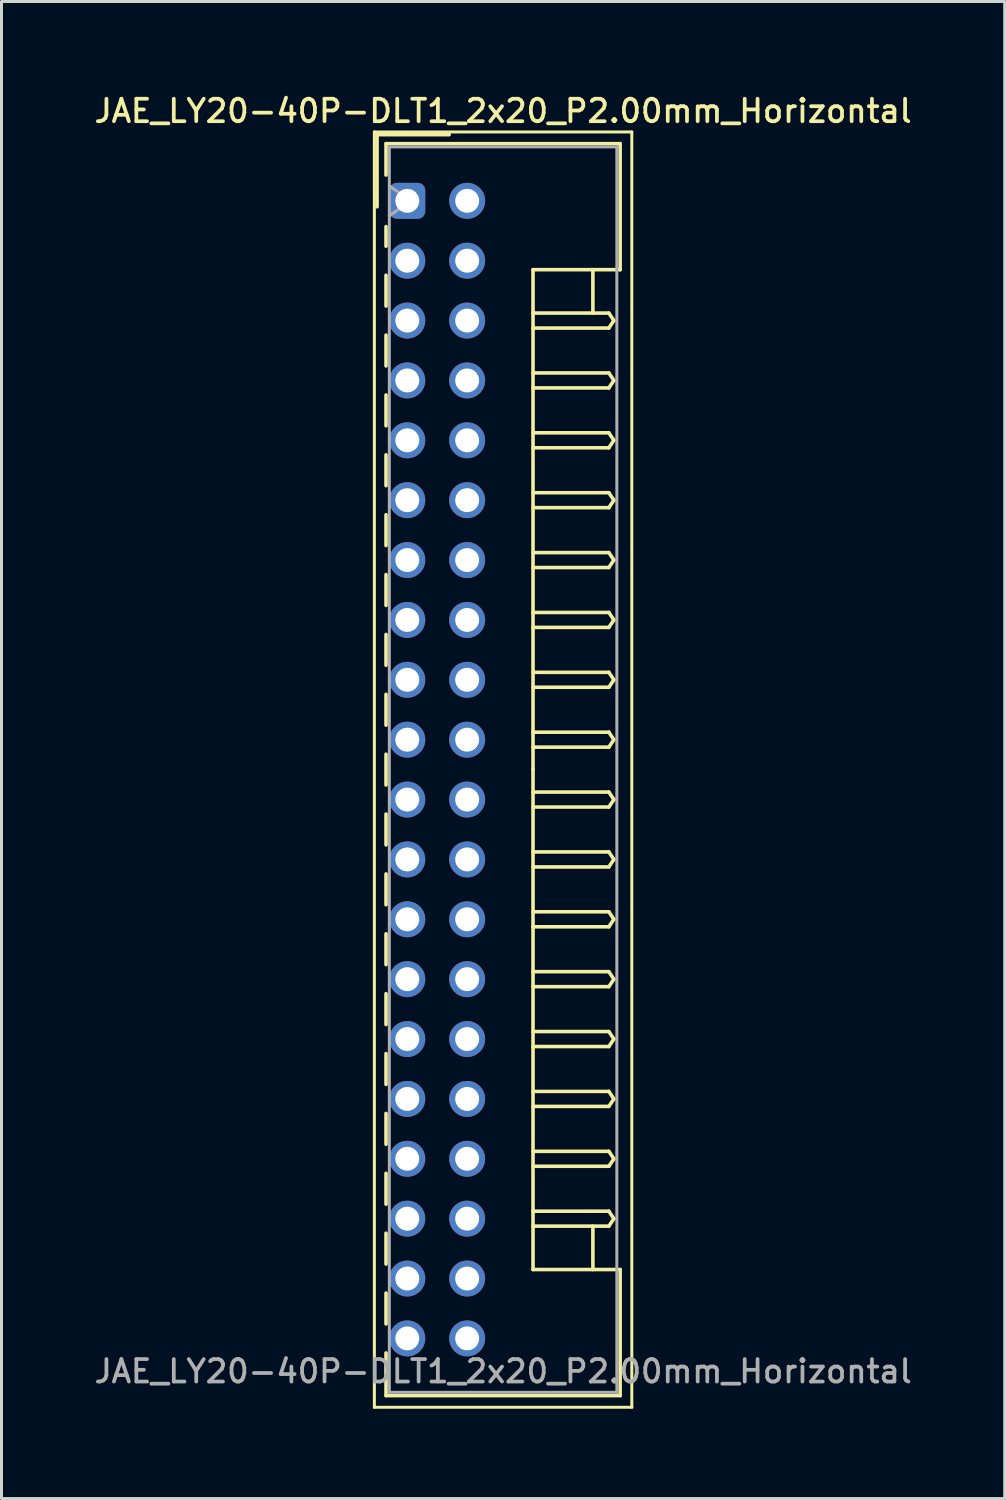
<source format=kicad_pcb>
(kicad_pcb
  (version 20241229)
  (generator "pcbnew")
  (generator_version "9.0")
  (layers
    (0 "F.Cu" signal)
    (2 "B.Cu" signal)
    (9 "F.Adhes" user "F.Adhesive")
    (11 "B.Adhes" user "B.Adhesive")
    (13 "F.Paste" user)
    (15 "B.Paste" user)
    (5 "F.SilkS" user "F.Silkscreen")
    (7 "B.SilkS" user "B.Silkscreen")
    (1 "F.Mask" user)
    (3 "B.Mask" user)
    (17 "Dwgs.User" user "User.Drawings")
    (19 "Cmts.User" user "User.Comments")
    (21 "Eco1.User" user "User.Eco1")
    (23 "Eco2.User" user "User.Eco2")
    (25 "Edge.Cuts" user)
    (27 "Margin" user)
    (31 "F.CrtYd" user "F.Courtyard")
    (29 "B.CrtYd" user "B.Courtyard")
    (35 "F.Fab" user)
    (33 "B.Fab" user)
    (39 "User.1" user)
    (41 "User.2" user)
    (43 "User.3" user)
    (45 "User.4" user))
  (footprint "JAE_LY20-40P-DLT1_2x20_P2.00mm_Horizontal"
    (layer "F.Cu")
    (at 10.555 3.658)
    (property "Reference" "JAE_LY20-40P-DLT1_2x20_P2.00mm_Horizontal" (at 3.2 -3 0) (layer "F.SilkS") (effects (font (size 0.75 0.75) (thickness 0.125))))
    (attr through_hole)
    (fp_line (start -1.1 -2.3) (end -1.1 40.3) (stroke (width 0.1) (type solid)) (layer "F.SilkS"))
    (fp_line (start -1.1 40.3) (end 7.5 40.3) (stroke (width 0.1) (type solid)) (layer "F.SilkS"))
    (fp_line (start -1.01 -2.21) (end -1.01 0.2) (stroke (width 0.12) (type solid)) (layer "F.SilkS"))
    (fp_line (start -0.71 -1.91) (end -0.71 -0.86) (stroke (width 0.12) (type solid)) (layer "F.SilkS"))
    (fp_line (start -0.71 -1.91) (end 7.11 -1.91) (stroke (width 0.12) (type solid)) (layer "F.SilkS"))
    (fp_line (start -0.71 0.86) (end -0.71 1.515) (stroke (width 0.12) (type solid)) (layer "F.SilkS"))
    (fp_line (start -0.71 2.485) (end -0.71 3.515) (stroke (width 0.12) (type solid)) (layer "F.SilkS"))
    (fp_line (start -0.71 4.485) (end -0.71 5.515) (stroke (width 0.12) (type solid)) (layer "F.SilkS"))
    (fp_line (start -0.71 6.485) (end -0.71 7.515) (stroke (width 0.12) (type solid)) (layer "F.SilkS"))
    (fp_line (start -0.71 8.485) (end -0.71 9.515) (stroke (width 0.12) (type solid)) (layer "F.SilkS"))
    (fp_line (start -0.71 10.485) (end -0.71 11.515) (stroke (width 0.12) (type solid)) (layer "F.SilkS"))
    (fp_line (start -0.71 12.485) (end -0.71 13.515) (stroke (width 0.12) (type solid)) (layer "F.SilkS"))
    (fp_line (start -0.71 14.485) (end -0.71 15.515) (stroke (width 0.12) (type solid)) (layer "F.SilkS"))
    (fp_line (start -0.71 16.485) (end -0.71 17.515) (stroke (width 0.12) (type solid)) (layer "F.SilkS"))
    (fp_line (start -0.71 18.485) (end -0.71 19.515) (stroke (width 0.12) (type solid)) (layer "F.SilkS"))
    (fp_line (start -0.71 20.485) (end -0.71 21.515) (stroke (width 0.12) (type solid)) (layer "F.SilkS"))
    (fp_line (start -0.71 22.485) (end -0.71 23.515) (stroke (width 0.12) (type solid)) (layer "F.SilkS"))
    (fp_line (start -0.71 24.485) (end -0.71 25.515) (stroke (width 0.12) (type solid)) (layer "F.SilkS"))
    (fp_line (start -0.71 26.485) (end -0.71 27.515) (stroke (width 0.12) (type solid)) (layer "F.SilkS"))
    (fp_line (start -0.71 28.485) (end -0.71 29.515) (stroke (width 0.12) (type solid)) (layer "F.SilkS"))
    (fp_line (start -0.71 30.485) (end -0.71 31.515) (stroke (width 0.12) (type solid)) (layer "F.SilkS"))
    (fp_line (start -0.71 32.485) (end -0.71 33.515) (stroke (width 0.12) (type solid)) (layer "F.SilkS"))
    (fp_line (start -0.71 34.485) (end -0.71 35.515) (stroke (width 0.12) (type solid)) (layer "F.SilkS"))
    (fp_line (start -0.71 36.485) (end -0.71 37.515) (stroke (width 0.12) (type solid)) (layer "F.SilkS"))
    (fp_line (start -0.71 38.485) (end -0.71 39.91) (stroke (width 0.12) (type solid)) (layer "F.SilkS"))
    (fp_line (start -0.71 39.91) (end 7.11 39.91) (stroke (width 0.12) (type solid)) (layer "F.SilkS"))
    (fp_line (start 1.4 -2.21) (end -1.01 -2.21) (stroke (width 0.12) (type solid)) (layer "F.SilkS"))
    (fp_line (start 4.2 2.3) (end 4.2 19) (stroke (width 0.12) (type solid)) (layer "F.SilkS"))
    (fp_line (start 4.2 3.75) (end 6.733 3.75) (stroke (width 0.12) (type solid)) (layer "F.SilkS"))
    (fp_line (start 4.2 5.75) (end 6.733 5.75) (stroke (width 0.12) (type solid)) (layer "F.SilkS"))
    (fp_line (start 4.2 7.75) (end 6.733 7.75) (stroke (width 0.12) (type solid)) (layer "F.SilkS"))
    (fp_line (start 4.2 9.75) (end 6.733 9.75) (stroke (width 0.12) (type solid)) (layer "F.SilkS"))
    (fp_line (start 4.2 11.75) (end 6.733 11.75) (stroke (width 0.12) (type solid)) (layer "F.SilkS"))
    (fp_line (start 4.2 13.75) (end 6.733 13.75) (stroke (width 0.12) (type solid)) (layer "F.SilkS"))
    (fp_line (start 4.2 15.75) (end 6.733 15.75) (stroke (width 0.12) (type solid)) (layer "F.SilkS"))
    (fp_line (start 4.2 17.75) (end 6.733 17.75) (stroke (width 0.12) (type solid)) (layer "F.SilkS"))
    (fp_line (start 4.2 19.75) (end 6.733 19.75) (stroke (width 0.12) (type solid)) (layer "F.SilkS"))
    (fp_line (start 4.2 21.75) (end 6.733 21.75) (stroke (width 0.12) (type solid)) (layer "F.SilkS"))
    (fp_line (start 4.2 23.75) (end 6.733 23.75) (stroke (width 0.12) (type solid)) (layer "F.SilkS"))
    (fp_line (start 4.2 25.75) (end 6.733 25.75) (stroke (width 0.12) (type solid)) (layer "F.SilkS"))
    (fp_line (start 4.2 27.75) (end 6.733 27.75) (stroke (width 0.12) (type solid)) (layer "F.SilkS"))
    (fp_line (start 4.2 29.75) (end 6.733 29.75) (stroke (width 0.12) (type solid)) (layer "F.SilkS"))
    (fp_line (start 4.2 31.75) (end 6.733 31.75) (stroke (width 0.12) (type solid)) (layer "F.SilkS"))
    (fp_line (start 4.2 33.75) (end 6.733 33.75) (stroke (width 0.12) (type solid)) (layer "F.SilkS"))
    (fp_line (start 4.2 35.7) (end 4.2 19) (stroke (width 0.12) (type solid)) (layer "F.SilkS"))
    (fp_line (start 6.2 2.3) (end 6.2 3.75) (stroke (width 0.12) (type solid)) (layer "F.SilkS"))
    (fp_line (start 6.2 35.7) (end 6.2 34.25) (stroke (width 0.12) (type solid)) (layer "F.SilkS"))
    (fp_line (start 6.733 3.75) (end 6.9 4) (stroke (width 0.12) (type solid)) (layer "F.SilkS"))
    (fp_line (start 6.733 4.25) (end 4.2 4.25) (stroke (width 0.12) (type solid)) (layer "F.SilkS"))
    (fp_line (start 6.733 5.75) (end 6.9 6) (stroke (width 0.12) (type solid)) (layer "F.SilkS"))
    (fp_line (start 6.733 6.25) (end 4.2 6.25) (stroke (width 0.12) (type solid)) (layer "F.SilkS"))
    (fp_line (start 6.733 7.75) (end 6.9 8) (stroke (width 0.12) (type solid)) (layer "F.SilkS"))
    (fp_line (start 6.733 8.25) (end 4.2 8.25) (stroke (width 0.12) (type solid)) (layer "F.SilkS"))
    (fp_line (start 6.733 9.75) (end 6.9 10) (stroke (width 0.12) (type solid)) (layer "F.SilkS"))
    (fp_line (start 6.733 10.25) (end 4.2 10.25) (stroke (width 0.12) (type solid)) (layer "F.SilkS"))
    (fp_line (start 6.733 11.75) (end 6.9 12) (stroke (width 0.12) (type solid)) (layer "F.SilkS"))
    (fp_line (start 6.733 12.25) (end 4.2 12.25) (stroke (width 0.12) (type solid)) (layer "F.SilkS"))
    (fp_line (start 6.733 13.75) (end 6.9 14) (stroke (width 0.12) (type solid)) (layer "F.SilkS"))
    (fp_line (start 6.733 14.25) (end 4.2 14.25) (stroke (width 0.12) (type solid)) (layer "F.SilkS"))
    (fp_line (start 6.733 15.75) (end 6.9 16) (stroke (width 0.12) (type solid)) (layer "F.SilkS"))
    (fp_line (start 6.733 16.25) (end 4.2 16.25) (stroke (width 0.12) (type solid)) (layer "F.SilkS"))
    (fp_line (start 6.733 17.75) (end 6.9 18) (stroke (width 0.12) (type solid)) (layer "F.SilkS"))
    (fp_line (start 6.733 18.25) (end 4.2 18.25) (stroke (width 0.12) (type solid)) (layer "F.SilkS"))
    (fp_line (start 6.733 19.75) (end 6.9 20) (stroke (width 0.12) (type solid)) (layer "F.SilkS"))
    (fp_line (start 6.733 20.25) (end 4.2 20.25) (stroke (width 0.12) (type solid)) (layer "F.SilkS"))
    (fp_line (start 6.733 21.75) (end 6.9 22) (stroke (width 0.12) (type solid)) (layer "F.SilkS"))
    (fp_line (start 6.733 22.25) (end 4.2 22.25) (stroke (width 0.12) (type solid)) (layer "F.SilkS"))
    (fp_line (start 6.733 23.75) (end 6.9 24) (stroke (width 0.12) (type solid)) (layer "F.SilkS"))
    (fp_line (start 6.733 24.25) (end 4.2 24.25) (stroke (width 0.12) (type solid)) (layer "F.SilkS"))
    (fp_line (start 6.733 25.75) (end 6.9 26) (stroke (width 0.12) (type solid)) (layer "F.SilkS"))
    (fp_line (start 6.733 26.25) (end 4.2 26.25) (stroke (width 0.12) (type solid)) (layer "F.SilkS"))
    (fp_line (start 6.733 27.75) (end 6.9 28) (stroke (width 0.12) (type solid)) (layer "F.SilkS"))
    (fp_line (start 6.733 28.25) (end 4.2 28.25) (stroke (width 0.12) (type solid)) (layer "F.SilkS"))
    (fp_line (start 6.733 29.75) (end 6.9 30) (stroke (width 0.12) (type solid)) (layer "F.SilkS"))
    (fp_line (start 6.733 30.25) (end 4.2 30.25) (stroke (width 0.12) (type solid)) (layer "F.SilkS"))
    (fp_line (start 6.733 31.75) (end 6.9 32) (stroke (width 0.12) (type solid)) (layer "F.SilkS"))
    (fp_line (start 6.733 32.25) (end 4.2 32.25) (stroke (width 0.12) (type solid)) (layer "F.SilkS"))
    (fp_line (start 6.733 33.75) (end 6.9 34) (stroke (width 0.12) (type solid)) (layer "F.SilkS"))
    (fp_line (start 6.733 34.25) (end 4.2 34.25) (stroke (width 0.12) (type solid)) (layer "F.SilkS"))
    (fp_line (start 6.9 4) (end 6.733 4.25) (stroke (width 0.12) (type solid)) (layer "F.SilkS"))
    (fp_line (start 6.9 6) (end 6.733 6.25) (stroke (width 0.12) (type solid)) (layer "F.SilkS"))
    (fp_line (start 6.9 8) (end 6.733 8.25) (stroke (width 0.12) (type solid)) (layer "F.SilkS"))
    (fp_line (start 6.9 10) (end 6.733 10.25) (stroke (width 0.12) (type solid)) (layer "F.SilkS"))
    (fp_line (start 6.9 12) (end 6.733 12.25) (stroke (width 0.12) (type solid)) (layer "F.SilkS"))
    (fp_line (start 6.9 14) (end 6.733 14.25) (stroke (width 0.12) (type solid)) (layer "F.SilkS"))
    (fp_line (start 6.9 16) (end 6.733 16.25) (stroke (width 0.12) (type solid)) (layer "F.SilkS"))
    (fp_line (start 6.9 18) (end 6.733 18.25) (stroke (width 0.12) (type solid)) (layer "F.SilkS"))
    (fp_line (start 6.9 20) (end 6.733 20.25) (stroke (width 0.12) (type solid)) (layer "F.SilkS"))
    (fp_line (start 6.9 22) (end 6.733 22.25) (stroke (width 0.12) (type solid)) (layer "F.SilkS"))
    (fp_line (start 6.9 24) (end 6.733 24.25) (stroke (width 0.12) (type solid)) (layer "F.SilkS"))
    (fp_line (start 6.9 26) (end 6.733 26.25) (stroke (width 0.12) (type solid)) (layer "F.SilkS"))
    (fp_line (start 6.9 28) (end 6.733 28.25) (stroke (width 0.12) (type solid)) (layer "F.SilkS"))
    (fp_line (start 6.9 30) (end 6.733 30.25) (stroke (width 0.12) (type solid)) (layer "F.SilkS"))
    (fp_line (start 6.9 32) (end 6.733 32.25) (stroke (width 0.12) (type solid)) (layer "F.SilkS"))
    (fp_line (start 6.9 34) (end 6.733 34.25) (stroke (width 0.12) (type solid)) (layer "F.SilkS"))
    (fp_line (start 7.11 -1.91) (end 7.11 2.3) (stroke (width 0.12) (type solid)) (layer "F.SilkS"))
    (fp_line (start 7.11 2.3) (end 4.2 2.3) (stroke (width 0.12) (type solid)) (layer "F.SilkS"))
    (fp_line (start 7.11 35.7) (end 4.2 35.7) (stroke (width 0.12) (type solid)) (layer "F.SilkS"))
    (fp_line (start 7.11 39.91) (end 7.11 35.7) (stroke (width 0.12) (type solid)) (layer "F.SilkS"))
    (fp_line (start 7.5 -2.3) (end -1.1 -2.3) (stroke (width 0.1) (type solid)) (layer "F.SilkS"))
    (fp_line (start 7.5 40.3) (end 7.5 -2.3) (stroke (width 0.1) (type solid)) (layer "F.SilkS"))
    (fp_line (start -0.6 -1.8) (end -0.6 39.8) (stroke (width 0.1) (type solid)) (layer "F.Fab"))
    (fp_line (start -0.6 0.5) (end 0.107 0) (stroke (width 0.1) (type solid)) (layer "F.Fab"))
    (fp_line (start -0.6 39.8) (end 7 39.8) (stroke (width 0.1) (type solid)) (layer "F.Fab"))
    (fp_line (start 0.107 0) (end -0.6 -0.5) (stroke (width 0.1) (type solid)) (layer "F.Fab"))
    (fp_line (start 7 -1.8) (end -0.6 -1.8) (stroke (width 0.1) (type solid)) (layer "F.Fab"))
    (fp_line (start 7 39.8) (end 7 -1.8) (stroke (width 0.1) (type solid)) (layer "F.Fab"))
    (fp_text user "${REFERENCE}" (at 3.2 39.1 0) (layer "F.Fab") (effects (font (size 0.75 0.75) (thickness 0.125))))
    (pad "a1" thru_hole roundrect (at 0 0) (size 1.2 1.2) (drill 0.8) (layers "*.Cu" "*.Mask") (roundrect_rratio 0.208))
    (pad "a2" thru_hole circle (at 0 2) (size 1.2 1.2) (drill 0.8) (layers "*.Cu" "*.Mask"))
    (pad "a3" thru_hole circle (at 0 4) (size 1.2 1.2) (drill 0.8) (layers "*.Cu" "*.Mask"))
    (pad "a4" thru_hole circle (at 0 6) (size 1.2 1.2) (drill 0.8) (layers "*.Cu" "*.Mask"))
    (pad "a5" thru_hole circle (at 0 8) (size 1.2 1.2) (drill 0.8) (layers "*.Cu" "*.Mask"))
    (pad "a6" thru_hole circle (at 0 10) (size 1.2 1.2) (drill 0.8) (layers "*.Cu" "*.Mask"))
    (pad "a7" thru_hole circle (at 0 12) (size 1.2 1.2) (drill 0.8) (layers "*.Cu" "*.Mask"))
    (pad "a8" thru_hole circle (at 0 14) (size 1.2 1.2) (drill 0.8) (layers "*.Cu" "*.Mask"))
    (pad "a9" thru_hole circle (at 0 16) (size 1.2 1.2) (drill 0.8) (layers "*.Cu" "*.Mask"))
    (pad "a10" thru_hole circle (at 0 18) (size 1.2 1.2) (drill 0.8) (layers "*.Cu" "*.Mask"))
    (pad "a11" thru_hole circle (at 0 20) (size 1.2 1.2) (drill 0.8) (layers "*.Cu" "*.Mask"))
    (pad "a12" thru_hole circle (at 0 22) (size 1.2 1.2) (drill 0.8) (layers "*.Cu" "*.Mask"))
    (pad "a13" thru_hole circle (at 0 24) (size 1.2 1.2) (drill 0.8) (layers "*.Cu" "*.Mask"))
    (pad "a14" thru_hole circle (at 0 26) (size 1.2 1.2) (drill 0.8) (layers "*.Cu" "*.Mask"))
    (pad "a15" thru_hole circle (at 0 28) (size 1.2 1.2) (drill 0.8) (layers "*.Cu" "*.Mask"))
    (pad "a16" thru_hole circle (at 0 30) (size 1.2 1.2) (drill 0.8) (layers "*.Cu" "*.Mask"))
    (pad "a17" thru_hole circle (at 0 32) (size 1.2 1.2) (drill 0.8) (layers "*.Cu" "*.Mask"))
    (pad "a18" thru_hole circle (at 0 34) (size 1.2 1.2) (drill 0.8) (layers "*.Cu" "*.Mask"))
    (pad "a19" thru_hole circle (at 0 36) (size 1.2 1.2) (drill 0.8) (layers "*.Cu" "*.Mask"))
    (pad "a20" thru_hole circle (at 0 38) (size 1.2 1.2) (drill 0.8) (layers "*.Cu" "*.Mask"))
    (pad "b1" thru_hole circle (at 2 0) (size 1.2 1.2) (drill 0.8) (layers "*.Cu" "*.Mask"))
    (pad "b2" thru_hole circle (at 2 2) (size 1.2 1.2) (drill 0.8) (layers "*.Cu" "*.Mask"))
    (pad "b3" thru_hole circle (at 2 4) (size 1.2 1.2) (drill 0.8) (layers "*.Cu" "*.Mask"))
    (pad "b4" thru_hole circle (at 2 6) (size 1.2 1.2) (drill 0.8) (layers "*.Cu" "*.Mask"))
    (pad "b5" thru_hole circle (at 2 8) (size 1.2 1.2) (drill 0.8) (layers "*.Cu" "*.Mask"))
    (pad "b6" thru_hole circle (at 2 10) (size 1.2 1.2) (drill 0.8) (layers "*.Cu" "*.Mask"))
    (pad "b7" thru_hole circle (at 2 12) (size 1.2 1.2) (drill 0.8) (layers "*.Cu" "*.Mask"))
    (pad "b8" thru_hole circle (at 2 14) (size 1.2 1.2) (drill 0.8) (layers "*.Cu" "*.Mask"))
    (pad "b9" thru_hole circle (at 2 16) (size 1.2 1.2) (drill 0.8) (layers "*.Cu" "*.Mask"))
    (pad "b10" thru_hole circle (at 2 18) (size 1.2 1.2) (drill 0.8) (layers "*.Cu" "*.Mask"))
    (pad "b11" thru_hole circle (at 2 20) (size 1.2 1.2) (drill 0.8) (layers "*.Cu" "*.Mask"))
    (pad "b12" thru_hole circle (at 2 22) (size 1.2 1.2) (drill 0.8) (layers "*.Cu" "*.Mask"))
    (pad "b13" thru_hole circle (at 2 24) (size 1.2 1.2) (drill 0.8) (layers "*.Cu" "*.Mask"))
    (pad "b14" thru_hole circle (at 2 26) (size 1.2 1.2) (drill 0.8) (layers "*.Cu" "*.Mask"))
    (pad "b15" thru_hole circle (at 2 28) (size 1.2 1.2) (drill 0.8) (layers "*.Cu" "*.Mask"))
    (pad "b16" thru_hole circle (at 2 30) (size 1.2 1.2) (drill 0.8) (layers "*.Cu" "*.Mask"))
    (pad "b17" thru_hole circle (at 2 32) (size 1.2 1.2) (drill 0.8) (layers "*.Cu" "*.Mask"))
    (pad "b18" thru_hole circle (at 2 34) (size 1.2 1.2) (drill 0.8) (layers "*.Cu" "*.Mask"))
    (pad "b19" thru_hole circle (at 2 36) (size 1.2 1.2) (drill 0.8) (layers "*.Cu" "*.Mask"))
    (pad "b20" thru_hole circle (at 2 38) (size 1.2 1.2) (drill 0.8) (layers "*.Cu" "*.Mask")))
  (gr_rect
    (start -3 -3)
    (end 30.511 47.008)
    (stroke (width 0.1) (type default))
    (fill no)
    (layer "Edge.Cuts")))
</source>
